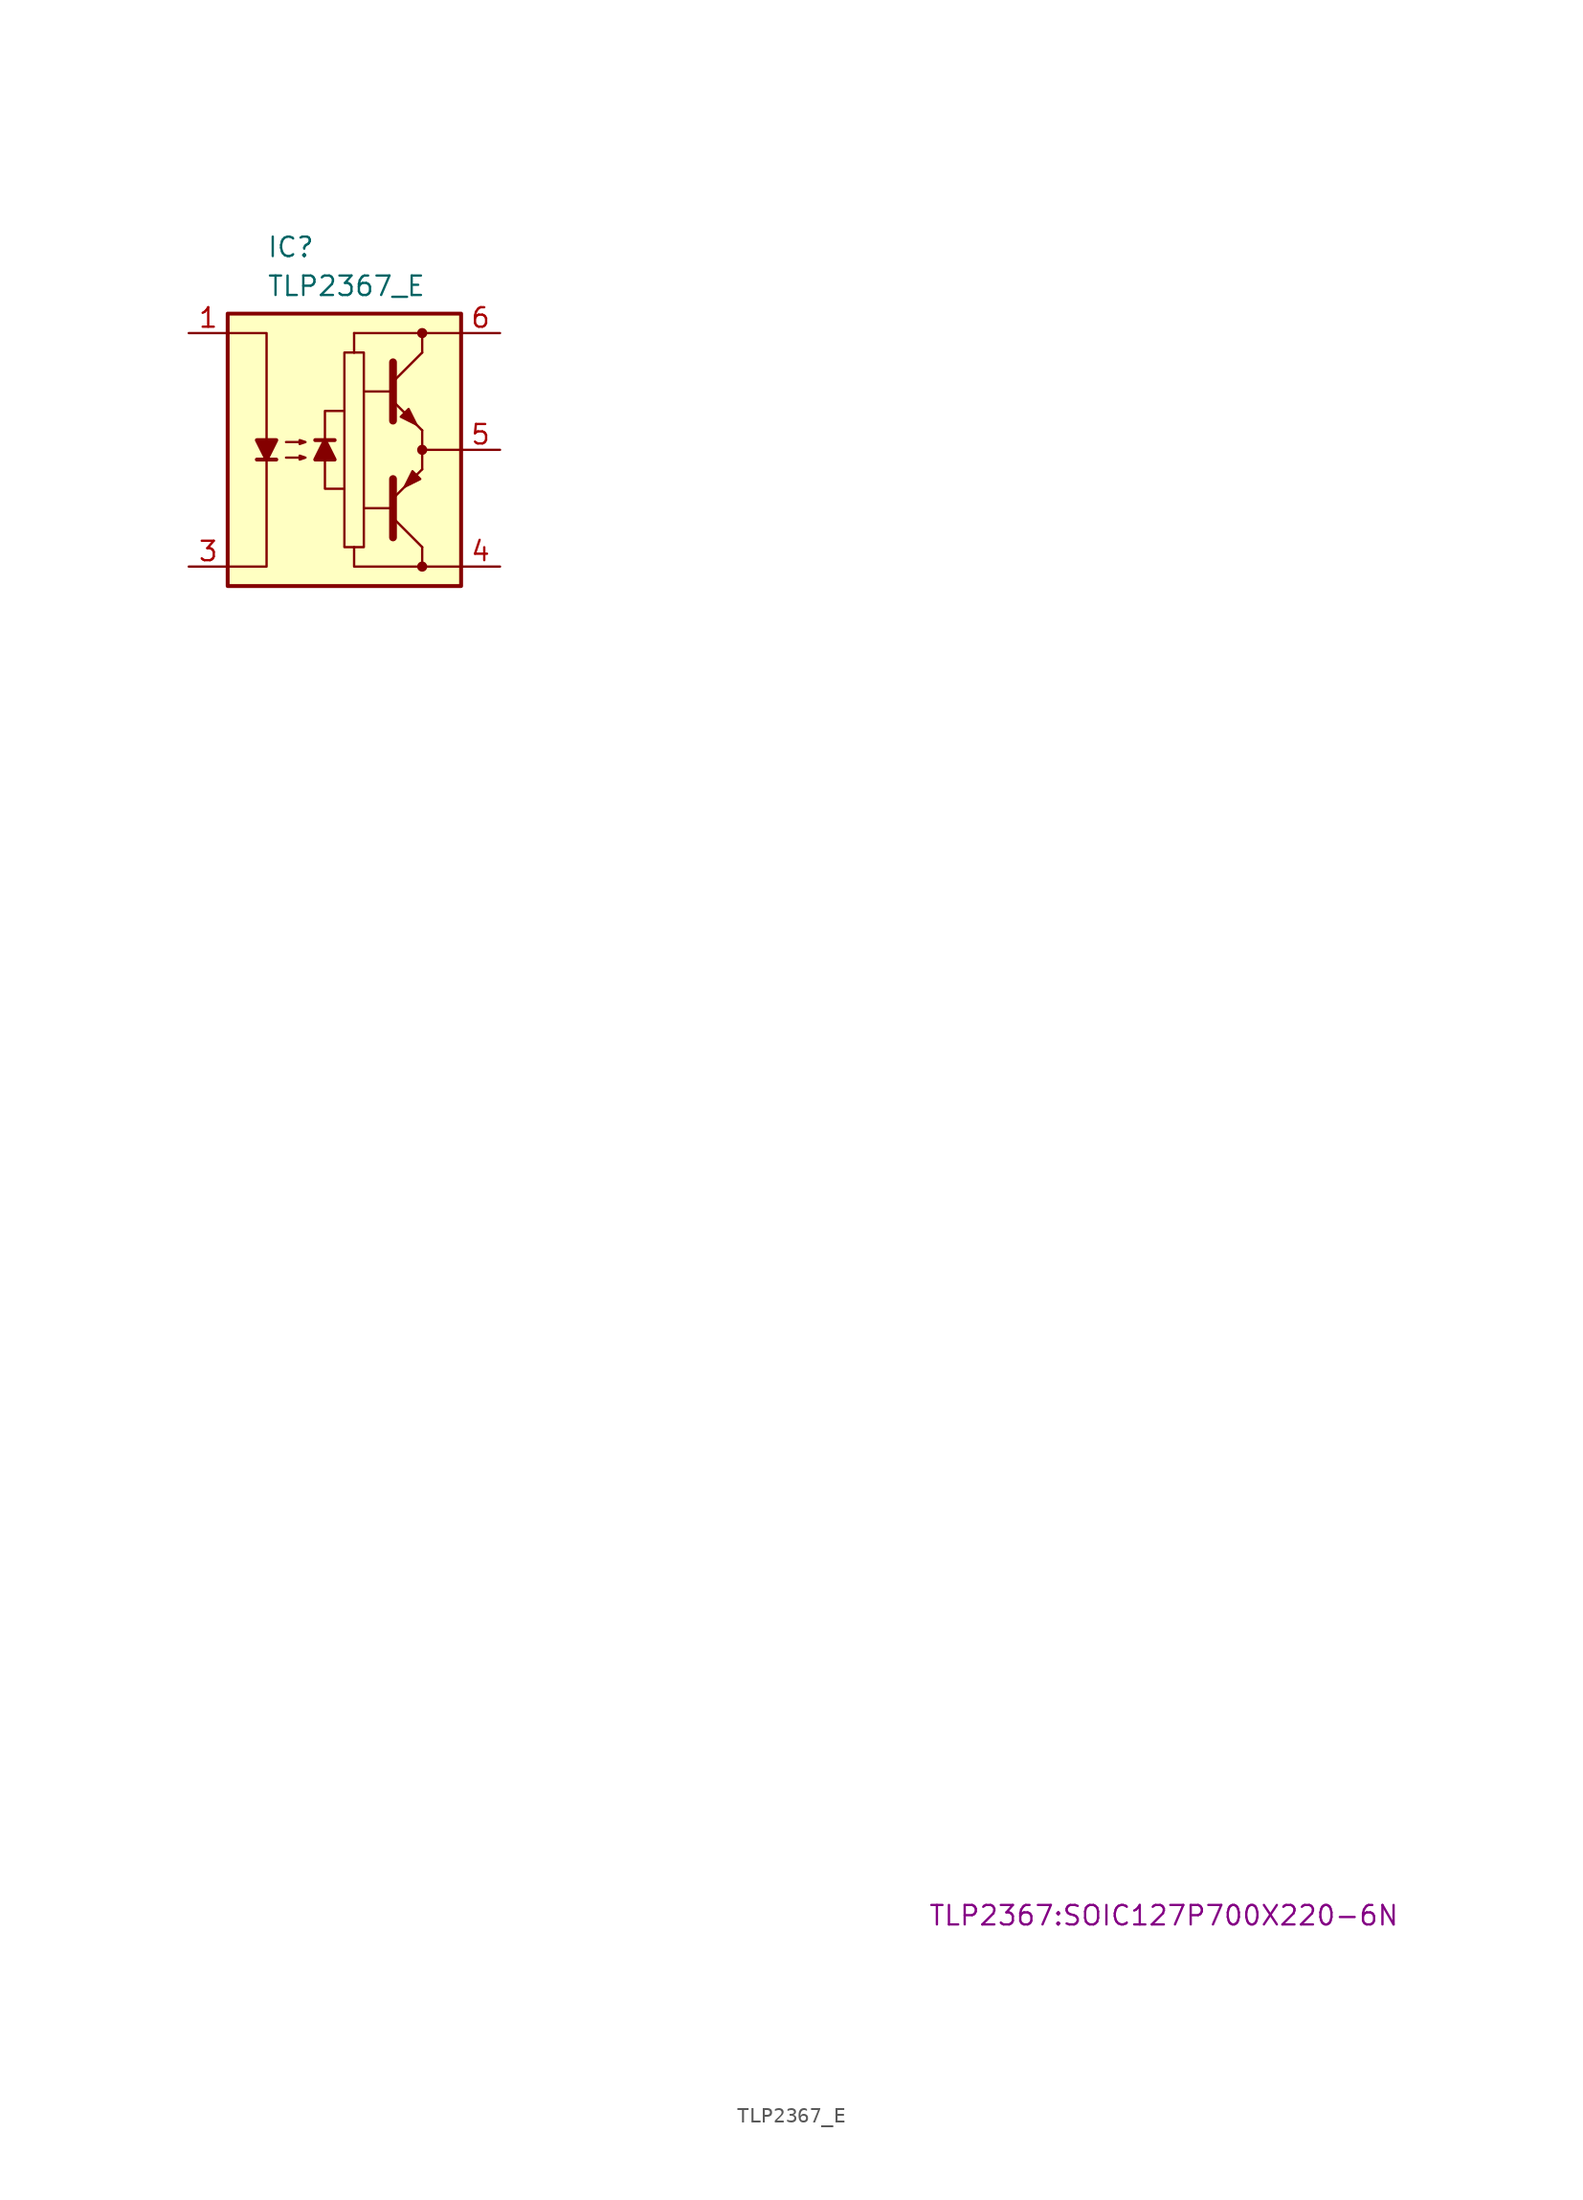
<source format=kicad_sym>
(kicad_symbol_lib
  (version 20220914)
  (generator kicad_symbol_editor)
  (symbol "TLP2367_E"
    (property "Reference" "IC"
      (at -6.35 13.97 0)
      (effects (font (size 1.27 1.27)) (justify left top)))
    (property "Value" "TLP2367_E"
      (at -6.35 11.43 0)
      (effects (font (size 1.27 1.27)) (justify left top)))
    (property "Footprint" "TLP2367:SOIC127P700X220-6N"
      (at 36.83 -94.92 0)
      (effects (font (size 1.27 1.27)) (justify left top)))
    (symbol "TLP2367_E_0_1"
      (rectangle (start -8.89 8.89) (end 6.35 -8.89) (stroke (width 0.254) (type default)) (fill (type background)))
      (rectangle (start -0.635 6.35) (end -0.635 6.35) (stroke (width 0) (type default)) (fill (type none)))
      (rectangle (start -0.635 6.35) (end -0.635 7.62) (stroke (width 0) (type default)) (fill (type none)))
      (polyline (pts (xy -6.985 -0.635) (xy -5.715 -0.635)) (stroke (width 0.254) (type default)) (fill (type none)))
      (polyline (pts (xy -1.905 0.635) (xy -3.175 0.635)) (stroke (width 0.254) (type default)) (fill (type none)))
      (polyline (pts (xy 1.778 -3.81) (xy 0 -3.81)) (stroke (width 0) (type default)) (fill (type none)))
      (polyline (pts (xy 1.778 3.81) (xy 0 3.81)) (stroke (width 0) (type default)) (fill (type none)))
      (polyline (pts (xy 1.905 -4.445) (xy 3.81 -6.35)) (stroke (width 0) (type default)) (fill (type none)))
      (polyline (pts (xy 1.905 4.445) (xy 3.81 6.35)) (stroke (width 0) (type default)) (fill (type none)))
      (polyline (pts (xy 3.81 -6.35) (xy 3.81 -7.62)) (stroke (width 0) (type default)) (fill (type none)))
      (polyline (pts (xy 3.81 -1.27) (xy 1.905 -3.175)) (stroke (width 0) (type default)) (fill (type outline)))
      (polyline (pts (xy 3.81 0) (xy 6.35 0)) (stroke (width 0) (type default)) (fill (type none)))
      (polyline (pts (xy 3.81 1.27) (xy 1.905 3.175)) (stroke (width 0) (type default)) (fill (type outline)))
      (polyline (pts (xy 3.81 6.35) (xy 3.81 7.62)) (stroke (width 0) (type default)) (fill (type none)))
      (polyline (pts (xy 6.35 7.62) (xy -0.635 7.62)) (stroke (width 0) (type default)) (fill (type none)))
      (polyline (pts (xy -2.54 -0.635) (xy -2.54 -2.54) (xy -1.27 -2.54)) (stroke (width 0) (type default)) (fill (type none)))
      (polyline (pts (xy -2.54 0.635) (xy -2.54 2.54) (xy -1.27 2.54)) (stroke (width 0) (type default)) (fill (type none)))
      (polyline (pts (xy -0.635 -6.35) (xy -0.635 -7.62) (xy 6.35 -7.62)) (stroke (width 0) (type default)) (fill (type none)))
      (polyline (pts (xy 1.905 -5.715) (xy 1.905 -1.905) (xy 1.905 -1.905)) (stroke (width 0.508) (type default)) (fill (type none)))
      (polyline (pts (xy 1.905 5.715) (xy 1.905 1.905) (xy 1.905 1.905)) (stroke (width 0.508) (type default)) (fill (type none)))
      (polyline (pts (xy -8.89 7.62) (xy -6.35 7.62) (xy -6.35 -7.62) (xy -8.89 -7.62)) (stroke (width 0) (type default)) (fill (type none)))
      (polyline (pts (xy -6.35 -0.635) (xy -6.985 0.635) (xy -5.715 0.635) (xy -6.35 -0.635)) (stroke (width 0.254) (type default)) (fill (type outline)))
      (polyline (pts (xy -2.54 0.635) (xy -1.905 -0.635) (xy -3.175 -0.635) (xy -2.54 0.635)) (stroke (width 0.254) (type default)) (fill (type outline)))
      (polyline (pts (xy -5.08 -0.508) (xy -3.81 -0.508) (xy -4.191 -0.635) (xy -4.191 -0.381) (xy -3.81 -0.508)) (stroke (width 0) (type default)) (fill (type none)))
      (polyline (pts (xy -5.08 0.508) (xy -3.81 0.508) (xy -4.191 0.381) (xy -4.191 0.635) (xy -3.81 0.508)) (stroke (width 0) (type default)) (fill (type none)))
      (polyline (pts (xy 0 6.35) (xy 0 -6.35) (xy -1.27 -6.35) (xy -1.27 6.35) (xy 0 6.35)) (stroke (width 0) (type default)) (fill (type none)))
      (polyline (pts (xy 2.413 2.159) (xy 2.921 2.667) (xy 3.429 1.651) (xy 2.413 2.159) (xy 2.413 2.159)) (stroke (width 0) (type default)) (fill (type outline)))
      (polyline (pts (xy 3.683 -1.905) (xy 3.175 -1.397) (xy 2.667 -2.413) (xy 3.683 -1.905) (xy 3.683 -1.905)) (stroke (width 0) (type default)) (fill (type outline)))
      (circle (center 3.81 -7.62) (radius 0.254) (stroke (width 0) (type default)) (fill (type outline)))
      (circle (center 3.81 0) (radius 0.254) (stroke (width 0) (type default)) (fill (type outline)))
      (rectangle (start 3.81 1.27) (end 3.81 -1.27) (stroke (width 0) (type default)) (fill (type none)))
      (circle (center 3.81 7.62) (radius 0.254) (stroke (width 0) (type default)) (fill (type outline))))
    (symbol "TLP2367_E_1_1"
      (pin passive line (at -11.43 7.62 0) (length 2.54) (name "" (effects (font (size 1.27 1.27)))) (number "1" (effects (font (size 1.27 1.27)))))
      (pin no_connect line (at -8.89 0 0) (length 2.54) hide (name "" (effects (font (size 1.27 1.27)))) (number "2" (effects (font (size 1.27 1.27)))))
      (pin passive line (at -11.43 -7.62 0) (length 2.54) (name "" (effects (font (size 1.27 1.27)))) (number "3" (effects (font (size 1.27 1.27)))))
      (pin passive line (at 8.89 -7.62 180) (length 2.54) (name "" (effects (font (size 1.27 1.27)))) (number "4" (effects (font (size 1.27 1.27)))))
      (pin passive line (at 8.89 0 180) (length 2.54) (name "" (effects (font (size 1.27 1.27)))) (number "5" (effects (font (size 1.27 1.27)))))
      (pin passive line (at 8.89 7.62 180) (length 2.54) (name "" (effects (font (size 1.27 1.27)))) (number "6" (effects (font (size 1.27 1.27))))))))
</source>
